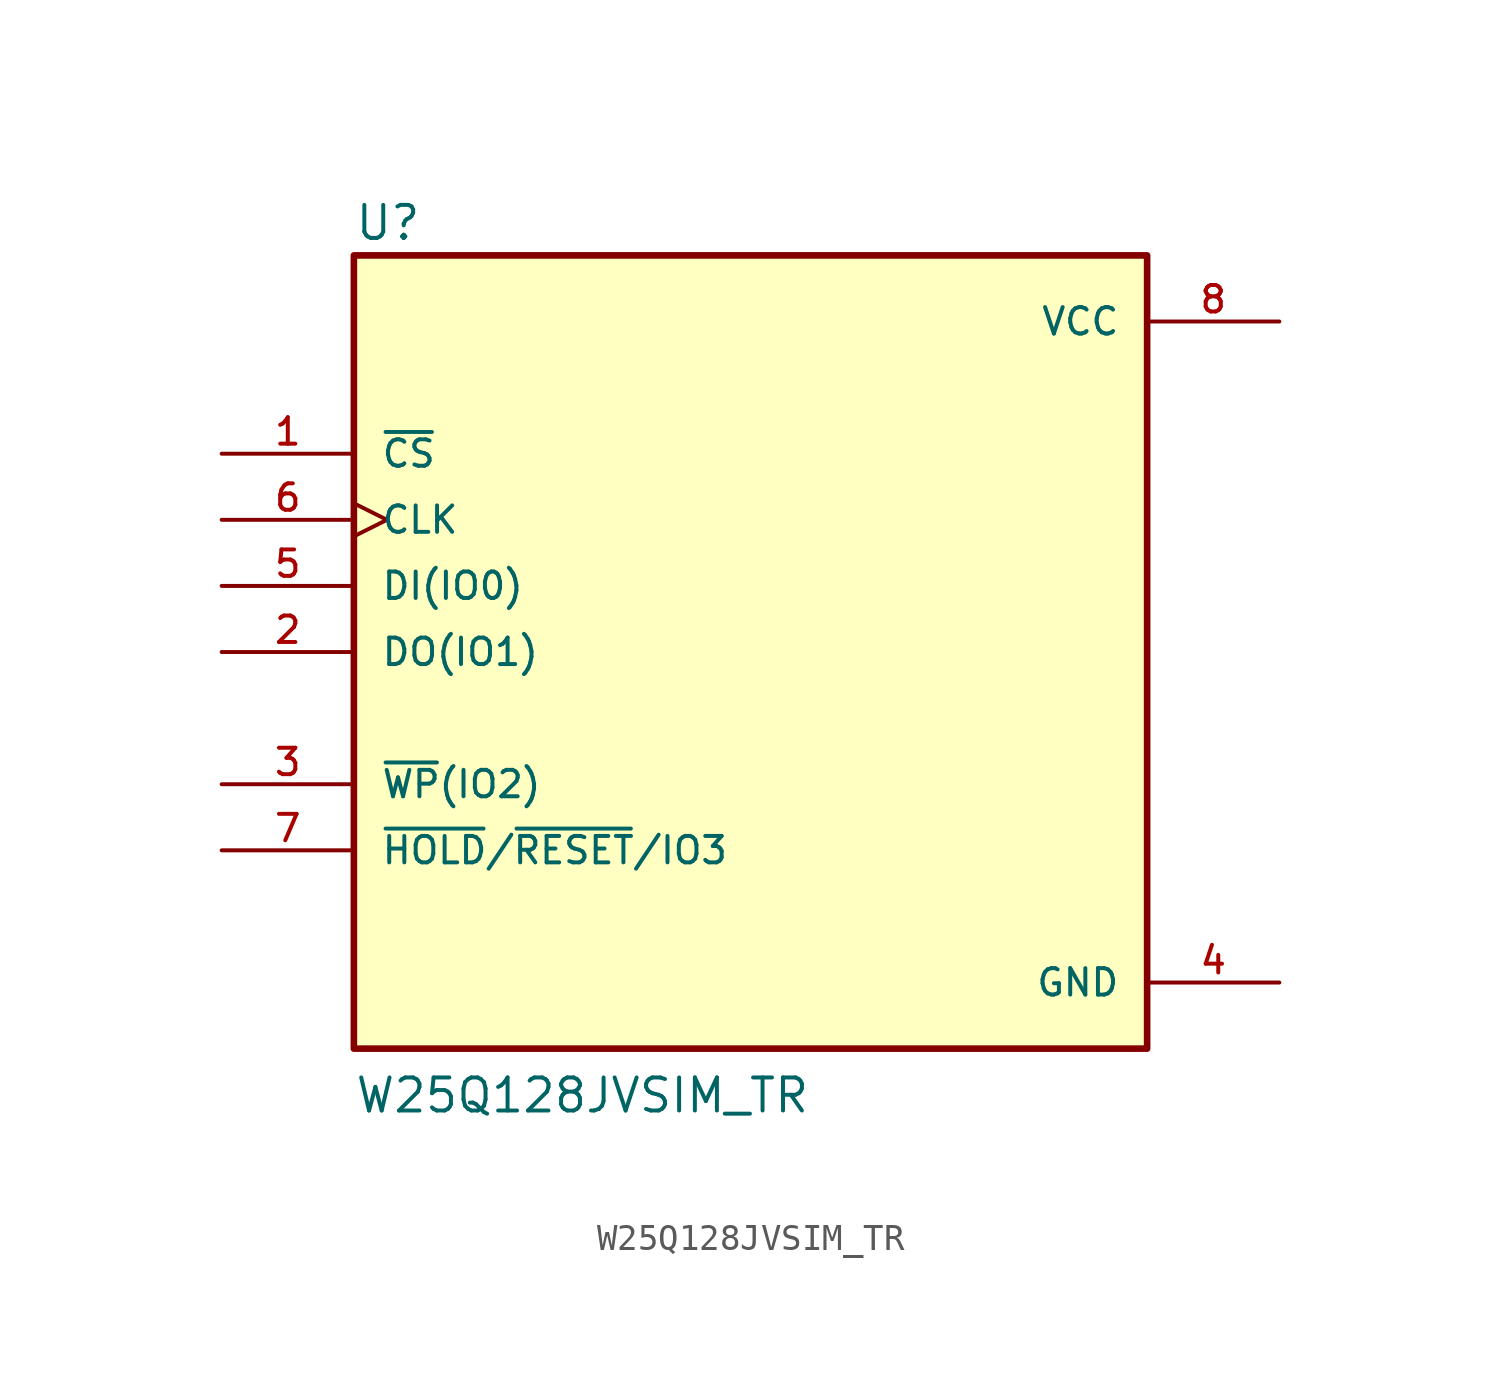
<source format=kicad_sym>
(kicad_symbol_lib
  (version 20211014)
  (generator kicad_symbol_editor)
  (symbol "W25Q128JVSIM_TR"
    (pin_names
      (offset 1.016))
    (property "Reference" "U"
      (at -15.24 15.748 0)
      (effects (font (size 1.27 1.27)) (justify bottom left)))
    (property "Value" "W25Q128JVSIM_TR"
      (at -15.24 -17.78 0)
      (effects (font (size 1.27 1.27)) (justify bottom left)))
    (symbol "W25Q128JVSIM_TR_0_0"
      (rectangle (start -15.24 -15.24) (end 15.24 15.24) (stroke (width 0.254)) (fill (type background)))
      (pin input line (at -20.32 7.62 0) (length 5.08) (name "~{CS}" (effects (font (size 1.016 1.016)))) (number "1" (effects (font (size 1.016 1.016)))))
      (pin bidirectional line (at -20.32 0.0 0) (length 5.08) (name "DO(IO1)" (effects (font (size 1.016 1.016)))) (number "2" (effects (font (size 1.016 1.016)))))
      (pin bidirectional line (at -20.32 -5.08 0) (length 5.08) (name "~{WP}(IO2)" (effects (font (size 1.016 1.016)))) (number "3" (effects (font (size 1.016 1.016)))))
      (pin power_in line (at 20.32 -12.7 180.0) (length 5.08) (name "GND" (effects (font (size 1.016 1.016)))) (number "4" (effects (font (size 1.016 1.016)))))
      (pin bidirectional line (at -20.32 2.54 0) (length 5.08) (name "DI(IO0)" (effects (font (size 1.016 1.016)))) (number "5" (effects (font (size 1.016 1.016)))))
      (pin input clock (at -20.32 5.08 0) (length 5.08) (name "CLK" (effects (font (size 1.016 1.016)))) (number "6" (effects (font (size 1.016 1.016)))))
      (pin bidirectional line (at -20.32 -7.62 0) (length 5.08) (name "~{HOLD}/~{RESET}/IO3" (effects (font (size 1.016 1.016)))) (number "7" (effects (font (size 1.016 1.016)))))
      (pin power_in line (at 20.32 12.7 180.0) (length 5.08) (name "VCC" (effects (font (size 1.016 1.016)))) (number "8" (effects (font (size 1.016 1.016))))))))
</source>
